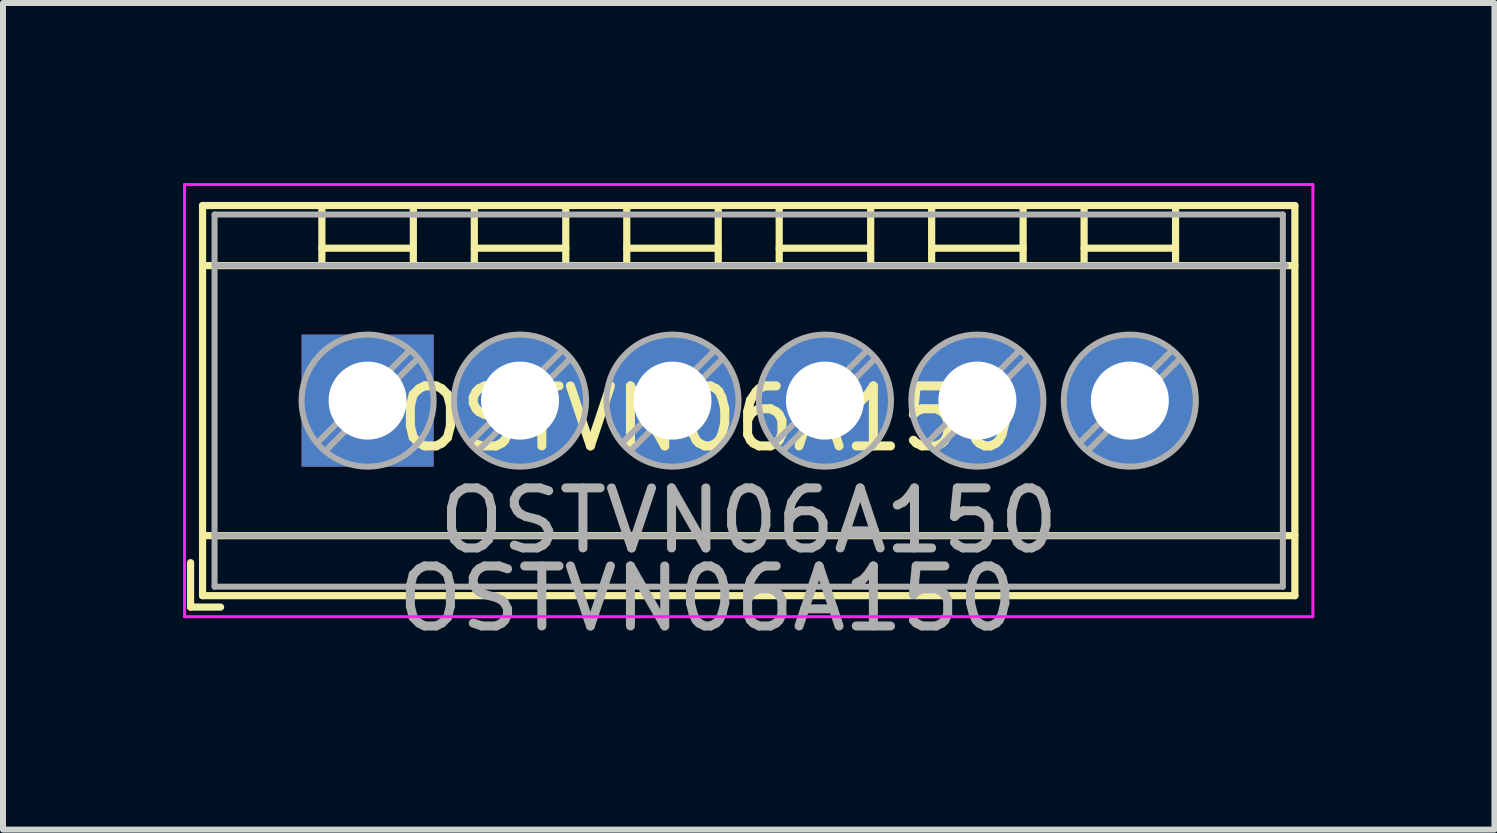
<source format=kicad_pcb>
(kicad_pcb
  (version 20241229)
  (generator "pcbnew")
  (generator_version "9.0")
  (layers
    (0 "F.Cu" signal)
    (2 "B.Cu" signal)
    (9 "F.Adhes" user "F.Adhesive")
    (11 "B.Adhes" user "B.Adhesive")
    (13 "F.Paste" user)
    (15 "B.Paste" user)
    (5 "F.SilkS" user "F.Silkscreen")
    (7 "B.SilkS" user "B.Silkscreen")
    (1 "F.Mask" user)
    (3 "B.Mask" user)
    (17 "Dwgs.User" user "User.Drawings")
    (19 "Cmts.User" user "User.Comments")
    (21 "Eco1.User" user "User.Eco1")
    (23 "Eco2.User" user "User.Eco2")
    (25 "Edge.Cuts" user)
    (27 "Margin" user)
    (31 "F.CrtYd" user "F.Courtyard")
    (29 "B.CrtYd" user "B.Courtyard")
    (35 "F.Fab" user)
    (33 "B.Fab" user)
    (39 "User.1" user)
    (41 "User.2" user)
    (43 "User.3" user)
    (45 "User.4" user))
  (footprint "OSTVN06A150"
    (layer "F.Cu")
    (at 9.425 3.625)
    (property "Reference" "OSTVN06A150" (at -0.685 0.3 0) (unlocked yes) (layer "F.SilkS") (effects (font (size 1 1) (thickness 0.15))))
    (attr through_hole)
    (fp_line (start -9.3 2.7) (end -9.3 3.44) (stroke (width 0.12) (type solid)) (layer "F.SilkS"))
    (fp_line (start -9.3 3.44) (end -8.8 3.44) (stroke (width 0.12) (type solid)) (layer "F.SilkS"))
    (fp_line (start -9.1 -3.25) (end -9.1 3.25) (stroke (width 0.12) (type solid)) (layer "F.SilkS"))
    (fp_line (start -9.1 -3.25) (end 9.1 -3.25) (stroke (width 0.12) (type solid)) (layer "F.SilkS"))
    (fp_line (start -9.1 -2.25) (end 9.1 -2.25) (stroke (width 0.12) (type solid)) (layer "F.SilkS"))
    (fp_line (start -9.1 2.25) (end 9.1 2.25) (stroke (width 0.12) (type solid)) (layer "F.SilkS"))
    (fp_line (start -9.1 3.25) (end 9.1 3.25) (stroke (width 0.12) (type solid)) (layer "F.SilkS"))
    (fp_line (start -7.112 -2.54) (end -5.588 -2.54) (stroke (width 0.12) (type solid)) (layer "F.SilkS"))
    (fp_line (start -7.112 -2.286) (end -7.112 -3.236) (stroke (width 0.12) (type solid)) (layer "F.SilkS"))
    (fp_line (start -5.588 -2.272) (end -5.588 -3.222) (stroke (width 0.12) (type solid)) (layer "F.SilkS"))
    (fp_line (start -4.572 -2.54) (end -3.048 -2.54) (stroke (width 0.12) (type solid)) (layer "F.SilkS"))
    (fp_line (start -4.572 -2.3) (end -4.572 -3.25) (stroke (width 0.12) (type solid)) (layer "F.SilkS"))
    (fp_line (start -3.048 -2.286) (end -3.048 -3.236) (stroke (width 0.12) (type solid)) (layer "F.SilkS"))
    (fp_line (start -2.032 -2.54) (end -0.508 -2.54) (stroke (width 0.12) (type solid)) (layer "F.SilkS"))
    (fp_line (start -2.032 -2.286) (end -2.032 -3.236) (stroke (width 0.12) (type solid)) (layer "F.SilkS"))
    (fp_line (start -0.508 -2.272) (end -0.508 -3.222) (stroke (width 0.12) (type solid)) (layer "F.SilkS"))
    (fp_line (start 0.508 -2.54) (end 2.032 -2.54) (stroke (width 0.12) (type solid)) (layer "F.SilkS"))
    (fp_line (start 0.508 -2.25) (end 0.508 -3.2) (stroke (width 0.12) (type solid)) (layer "F.SilkS"))
    (fp_line (start 2.032 -2.314) (end 2.032 -3.2) (stroke (width 0.12) (type solid)) (layer "F.SilkS"))
    (fp_line (start 3.048 -2.54) (end 4.572 -2.54) (stroke (width 0.12) (type solid)) (layer "F.SilkS"))
    (fp_line (start 3.048 -2.314) (end 3.048 -3.2) (stroke (width 0.12) (type solid)) (layer "F.SilkS"))
    (fp_line (start 4.572 -2.3) (end 4.572 -3.25) (stroke (width 0.12) (type solid)) (layer "F.SilkS"))
    (fp_line (start 5.588 -2.54) (end 7.112 -2.54) (stroke (width 0.12) (type solid)) (layer "F.SilkS"))
    (fp_line (start 5.588 -2.3) (end 5.588 -3.25) (stroke (width 0.12) (type solid)) (layer "F.SilkS"))
    (fp_line (start 7.112 -2.286) (end 7.112 -3.236) (stroke (width 0.12) (type solid)) (layer "F.SilkS"))
    (fp_line (start 9.1 -3.25) (end 9.1 3.25) (stroke (width 0.12) (type solid)) (layer "F.SilkS"))
    (fp_line (start -9.4 -3.6) (end -9.4 3.6) (stroke (width 0.05) (type solid)) (layer "F.CrtYd"))
    (fp_line (start -9.4 3.6) (end 9.4 3.6) (stroke (width 0.05) (type solid)) (layer "F.CrtYd"))
    (fp_line (start 9.4 -3.6) (end -9.4 -3.6) (stroke (width 0.05) (type solid)) (layer "F.CrtYd"))
    (fp_line (start 9.4 3.6) (end 9.4 -3.6) (stroke (width 0.05) (type solid)) (layer "F.CrtYd"))
    (fp_line (start -8.9 -3.1) (end 8.9 -3.1) (stroke (width 0.1) (type solid)) (layer "F.Fab"))
    (fp_line (start -8.9 2.25) (end 8.9 2.25) (stroke (width 0.1) (type solid)) (layer "F.Fab"))
    (fp_line (start -8.9 3.1) (end -8.9 -3.1) (stroke (width 0.1) (type solid)) (layer "F.Fab"))
    (fp_line (start -8.85 -2.25) (end 8.95 -2.25) (stroke (width 0.1) (type solid)) (layer "F.Fab"))
    (fp_line (start -5.649 -0.835) (end -7.185 0.7) (stroke (width 0.1) (type solid)) (layer "F.Fab"))
    (fp_line (start -5.515 -0.7) (end -7.051 0.835) (stroke (width 0.1) (type solid)) (layer "F.Fab"))
    (fp_line (start -3.109 -0.835) (end -4.644 0.7) (stroke (width 0.1) (type solid)) (layer "F.Fab"))
    (fp_line (start -2.975 -0.7) (end -4.51 0.835) (stroke (width 0.1) (type solid)) (layer "F.Fab"))
    (fp_line (start -0.569 -0.835) (end -2.104 0.7) (stroke (width 0.1) (type solid)) (layer "F.Fab"))
    (fp_line (start -0.435 -0.7) (end -1.97 0.835) (stroke (width 0.1) (type solid)) (layer "F.Fab"))
    (fp_line (start 1.971 -0.835) (end 0.436 0.7) (stroke (width 0.1) (type solid)) (layer "F.Fab"))
    (fp_line (start 2.105 -0.7) (end 0.57 0.835) (stroke (width 0.1) (type solid)) (layer "F.Fab"))
    (fp_line (start 4.511 -0.835) (end 2.976 0.7) (stroke (width 0.1) (type solid)) (layer "F.Fab"))
    (fp_line (start 4.645 -0.7) (end 3.11 0.835) (stroke (width 0.1) (type solid)) (layer "F.Fab"))
    (fp_line (start 7.051 -0.835) (end 5.516 0.7) (stroke (width 0.1) (type solid)) (layer "F.Fab"))
    (fp_line (start 7.185 -0.7) (end 5.65 0.835) (stroke (width 0.1) (type solid)) (layer "F.Fab"))
    (fp_line (start 8.9 -3.1) (end 8.9 3.1) (stroke (width 0.1) (type solid)) (layer "F.Fab"))
    (fp_line (start 8.9 3.1) (end -8.9 3.1) (stroke (width 0.1) (type solid)) (layer "F.Fab"))
    (fp_circle (center -6.35 0) (end -5.25 0) (stroke (width 0.1) (type solid)) (fill no) (layer "F.Fab"))
    (fp_circle (center -3.81 0) (end -2.71 0) (stroke (width 0.1) (type solid)) (fill no) (layer "F.Fab"))
    (fp_circle (center -1.27 0) (end -0.17 0) (stroke (width 0.1) (type solid)) (fill no) (layer "F.Fab"))
    (fp_circle (center 1.27 0) (end 2.37 0) (stroke (width 0.1) (type solid)) (fill no) (layer "F.Fab"))
    (fp_circle (center 3.81 0) (end 4.91 0) (stroke (width 0.1) (type solid)) (fill no) (layer "F.Fab"))
    (fp_circle (center 6.35 0) (end 7.45 0) (stroke (width 0.1) (type solid)) (fill no) (layer "F.Fab"))
    (fp_text user "${REFERENCE}" (at -0.685 3.3 0) (unlocked yes) (layer "F.Fab") (effects (font (size 1 1) (thickness 0.15))))
    (fp_text user "${REFERENCE}" (at 0 2 0) (layer "F.Fab") (effects (font (size 1 1) (thickness 0.15))))
    (pad "1" thru_hole rect (at -6.35 0) (size 2.2 2.2) (drill 1.3) (layers "*.Cu" "*.Mask"))
    (pad "2" thru_hole circle (at -3.81 0) (size 2.2 2.2) (drill 1.3) (layers "*.Cu" "*.Mask"))
    (pad "3" thru_hole circle (at -1.27 0) (size 2.2 2.2) (drill 1.3) (layers "*.Cu" "*.Mask"))
    (pad "4" thru_hole circle (at 1.27 0) (size 2.2 2.2) (drill 1.3) (layers "*.Cu" "*.Mask"))
    (pad "5" thru_hole circle (at 3.81 0) (size 2.2 2.2) (drill 1.3) (layers "*.Cu" "*.Mask"))
    (pad "6" thru_hole circle (at 6.35 0) (size 2.2 2.2) (drill 1.3) (layers "*.Cu" "*.Mask")))
  (gr_rect
    (start -3 -3)
    (end 21.85 10.773)
    (stroke (width 0.1) (type default))
    (fill no)
    (layer "Edge.Cuts")))
</source>
